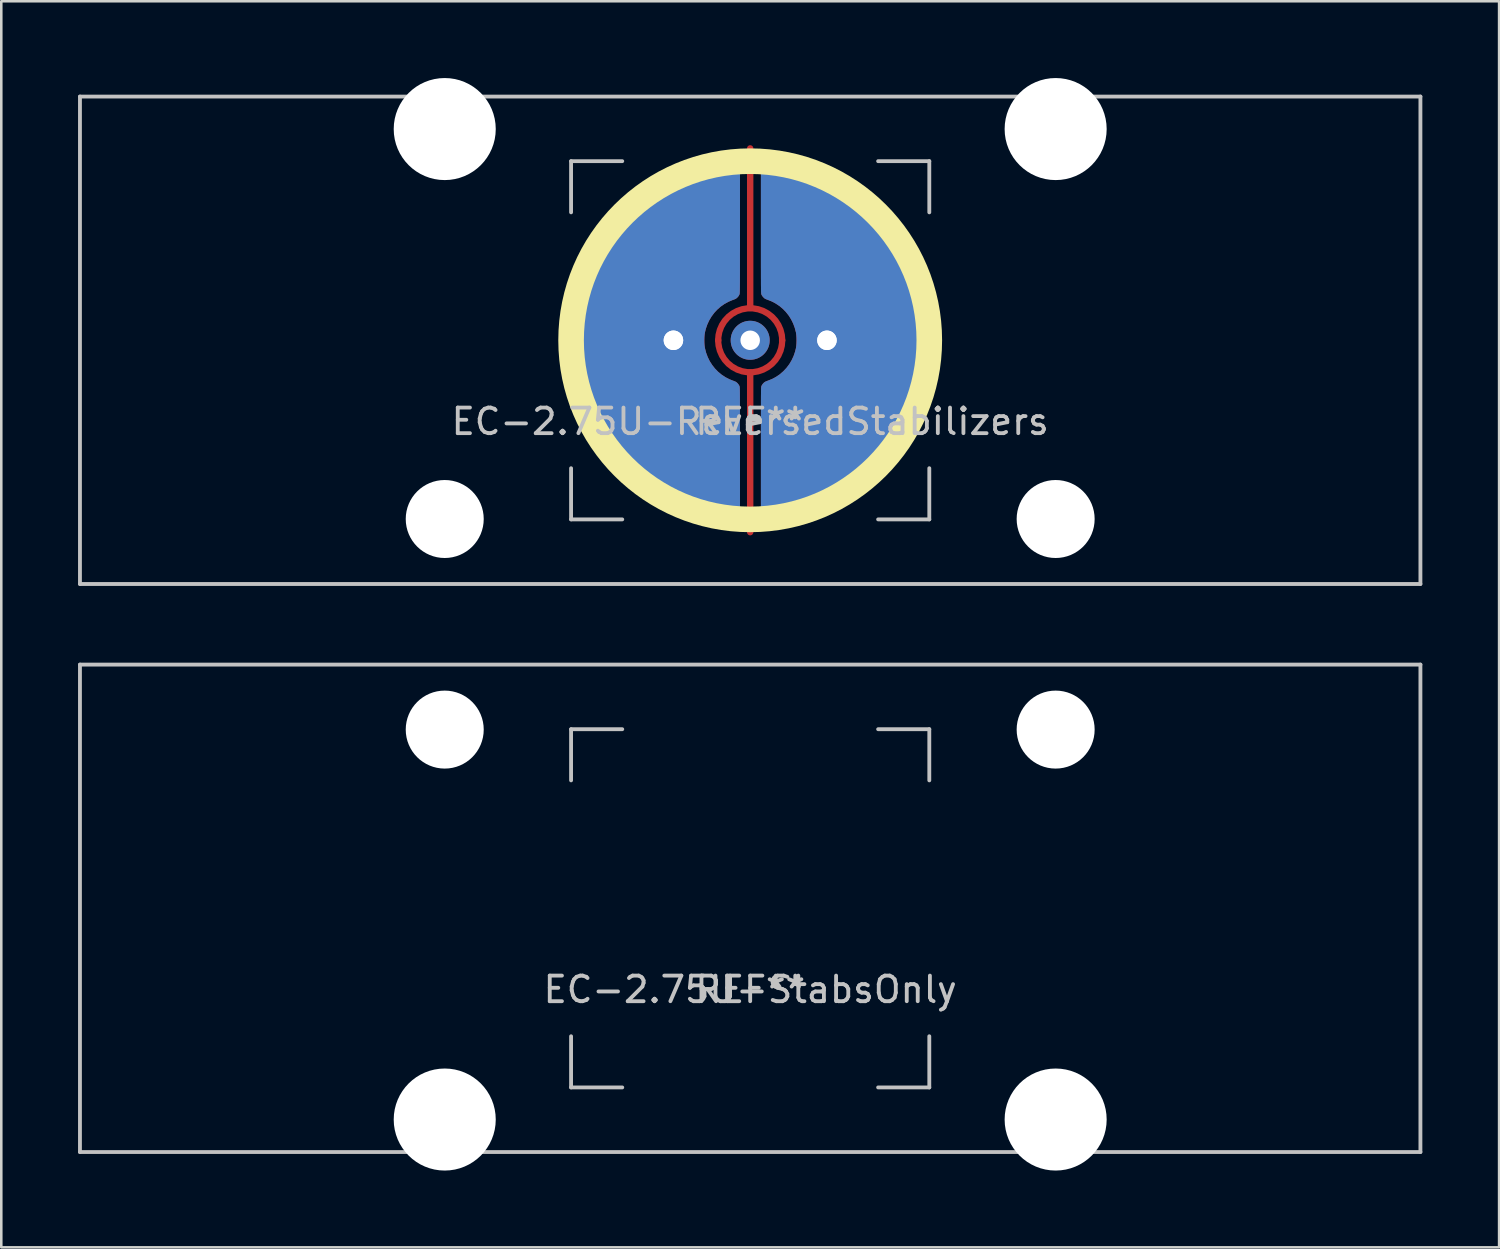
<source format=kicad_pcb>
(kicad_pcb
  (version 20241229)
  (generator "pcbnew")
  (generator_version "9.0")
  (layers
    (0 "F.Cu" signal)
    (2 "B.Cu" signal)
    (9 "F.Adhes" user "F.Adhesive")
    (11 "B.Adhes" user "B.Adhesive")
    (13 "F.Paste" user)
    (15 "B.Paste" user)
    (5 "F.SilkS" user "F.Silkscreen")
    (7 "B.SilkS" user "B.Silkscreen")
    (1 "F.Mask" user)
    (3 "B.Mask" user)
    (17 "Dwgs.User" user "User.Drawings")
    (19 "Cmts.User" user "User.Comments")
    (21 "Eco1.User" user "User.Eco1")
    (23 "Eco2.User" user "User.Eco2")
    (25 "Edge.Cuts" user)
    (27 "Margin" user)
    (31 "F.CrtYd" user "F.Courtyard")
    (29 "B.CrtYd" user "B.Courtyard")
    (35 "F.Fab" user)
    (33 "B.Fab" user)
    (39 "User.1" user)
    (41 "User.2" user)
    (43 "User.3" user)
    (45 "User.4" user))
  (footprint "EC-2.75U-StabsOnly"
    (layer "F.Cu")
    (at 26.269 32.449)
    (property "Reference" "EC-2.75U-StabsOnly" (at 0 3.175 0) (layer "Dwgs.User") (effects (font (size 1 1) (thickness 0.15))))
    (attr through_hole)
    (fp_line (start -26.194 -9.525) (end 26.194 -9.525) (stroke (width 0.15) (type solid)) (layer "Dwgs.User"))
    (fp_line (start -26.194 9.525) (end -26.194 -9.525) (stroke (width 0.15) (type solid)) (layer "Dwgs.User"))
    (fp_line (start -26.194 9.525) (end 26.194 9.525) (stroke (width 0.15) (type solid)) (layer "Dwgs.User"))
    (fp_line (start -7 -7) (end -7 -5) (stroke (width 0.15) (type solid)) (layer "Dwgs.User"))
    (fp_line (start -7 5) (end -7 7) (stroke (width 0.15) (type solid)) (layer "Dwgs.User"))
    (fp_line (start -7 7) (end -5 7) (stroke (width 0.15) (type solid)) (layer "Dwgs.User"))
    (fp_line (start -5 -7) (end -7 -7) (stroke (width 0.15) (type solid)) (layer "Dwgs.User"))
    (fp_line (start 5 -7) (end 7 -7) (stroke (width 0.15) (type solid)) (layer "Dwgs.User"))
    (fp_line (start 5 7) (end 7 7) (stroke (width 0.15) (type solid)) (layer "Dwgs.User"))
    (fp_line (start 7 -7) (end 7 -5) (stroke (width 0.15) (type solid)) (layer "Dwgs.User"))
    (fp_line (start 7 7) (end 7 5) (stroke (width 0.15) (type solid)) (layer "Dwgs.User"))
    (fp_line (start 26.194 -9.525) (end 26.194 9.525) (stroke (width 0.15) (type solid)) (layer "Dwgs.User"))
    (fp_text user "REF**" (at 0 3.175 0) (layer "Dwgs.User") (effects (font (size 1 1) (thickness 0.15))))
    (pad "" np_thru_hole circle (at -11.938 -6.985) (size 3.048 3.048) (drill 3.048) (layers "*.Cu" "*.Mask"))
    (pad "" np_thru_hole circle (at -11.938 8.255) (size 3.988 3.988) (drill 3.988) (layers "*.Cu" "*.Mask"))
    (pad "" np_thru_hole circle (at 11.938 -6.985) (size 3.048 3.048) (drill 3.048) (layers "*.Cu" "*.Mask"))
    (pad "" np_thru_hole circle (at 11.938 8.255) (size 3.988 3.988) (drill 3.988) (layers "*.Cu" "*.Mask")))
  (footprint "EC-2.75U-ReversedStabilizers"
    (layer "F.Cu")
    (at 26.269 10.249)
    (property "Reference" "EC-2.75U-ReversedStabilizers" (at 0 3.175 0) (layer "Dwgs.User") (effects (font (size 1 1) (thickness 0.15))))
    (attr through_hole)
    (fp_circle (center 0 0) (end 7 0) (stroke (width 1) (type solid)) (fill no) (layer "F.SilkS"))
    (fp_line (start -26.194 -9.525) (end 26.194 -9.525) (stroke (width 0.15) (type solid)) (layer "Dwgs.User"))
    (fp_line (start -26.194 9.525) (end -26.194 -9.525) (stroke (width 0.15) (type solid)) (layer "Dwgs.User"))
    (fp_line (start -26.194 9.525) (end 26.194 9.525) (stroke (width 0.15) (type solid)) (layer "Dwgs.User"))
    (fp_line (start -7 -7) (end -7 -5) (stroke (width 0.15) (type solid)) (layer "Dwgs.User"))
    (fp_line (start -7 5) (end -7 7) (stroke (width 0.15) (type solid)) (layer "Dwgs.User"))
    (fp_line (start -7 7) (end -5 7) (stroke (width 0.15) (type solid)) (layer "Dwgs.User"))
    (fp_line (start -5 -7) (end -7 -7) (stroke (width 0.15) (type solid)) (layer "Dwgs.User"))
    (fp_line (start 5 -7) (end 7 -7) (stroke (width 0.15) (type solid)) (layer "Dwgs.User"))
    (fp_line (start 5 7) (end 7 7) (stroke (width 0.15) (type solid)) (layer "Dwgs.User"))
    (fp_line (start 7 -7) (end 7 -5) (stroke (width 0.15) (type solid)) (layer "Dwgs.User"))
    (fp_line (start 7 7) (end 7 5) (stroke (width 0.15) (type solid)) (layer "Dwgs.User"))
    (fp_line (start 26.194 -9.525) (end 26.194 9.525) (stroke (width 0.15) (type solid)) (layer "Dwgs.User"))
    (fp_text user "REF**" (at 0 3.175 0) (layer "Dwgs.User") (effects (font (size 1 1) (thickness 0.15))))
    (pad "" np_thru_hole circle (at -11.938 -8.255) (size 3.988 3.988) (drill 3.988) (layers "*.Cu" "*.Mask"))
    (pad "" np_thru_hole circle (at -11.938 6.985) (size 3.048 3.048) (drill 3.048) (layers "*.Cu" "*.Mask"))
    (pad "" thru_hole circle (at 0 0) (size 1.524 1.524) (drill 0.762) (layers "*.Cu" "B.Mask"))
    (pad "" np_thru_hole circle (at 11.938 -8.255) (size 3.988 3.988) (drill 3.988) (layers "*.Cu" "*.Mask"))
    (pad "" np_thru_hole circle (at 11.938 6.985) (size 3.048 3.048) (drill 3.048) (layers "*.Cu" "*.Mask"))
    (pad "1" thru_hole circle (at 3 0) (size 1.524 1.524) (drill 0.762) (layers "*.Cu" "B.Mask"))
    (pad "1" thru_hole custom (at 3 0) (size 1.524 1.524) (drill 0.762) (layers "F.Cu") (options (anchor circle)) (primitives (gr_poly (pts (xy -2.241 -7.099) (xy -2.176 -7.096) (xy -2.094 -7.089) (xy -2 -7.079) (xy -1.895 -7.065) (xy -1.782 -7.048) (xy -1.666 -7.029) (xy -1.548 -7.008) (xy -1.432 -6.986) (xy -1.322 -6.963) (xy -1.28 -6.954) (xy -0.92 -6.863) (xy -0.564 -6.752) (xy -0.215 -6.623) (xy 0.128 -6.476) (xy 0.463 -6.311) (xy 0.789 -6.128) (xy 1.105 -5.929) (xy 1.411 -5.714) (xy 1.672 -5.51) (xy 1.875 -5.335) (xy 2.079 -5.146) (xy 2.279 -4.947) (xy 2.47 -4.741) (xy 2.649 -4.534) (xy 2.719 -4.449) (xy 2.944 -4.151) (xy 3.153 -3.842) (xy 3.345 -3.522) (xy 3.521 -3.193) (xy 3.679 -2.855) (xy 3.82 -2.51) (xy 3.942 -2.157) (xy 4.046 -1.8) (xy 4.13 -1.437) (xy 4.148 -1.346) (xy 4.21 -0.973) (xy 4.251 -0.599) (xy 4.273 -0.225) (xy 4.275 0.149) (xy 4.257 0.523) (xy 4.22 0.895) (xy 4.163 1.264) (xy 4.087 1.631) (xy 3.992 1.993) (xy 3.877 2.351) (xy 3.758 2.668) (xy 3.608 3.015) (xy 3.44 3.352) (xy 3.254 3.679) (xy 3.051 3.997) (xy 2.83 4.305) (xy 2.593 4.602) (xy 2.514 4.694) (xy 2.461 4.753) (xy 2.397 4.822) (xy 2.324 4.899) (xy 2.246 4.979) (xy 2.166 5.059) (xy 2.087 5.137) (xy 2.013 5.209) (xy 1.946 5.272) (xy 1.917 5.298) (xy 1.631 5.543) (xy 1.334 5.771) (xy 1.026 5.982) (xy 0.707 6.177) (xy 0.379 6.354) (xy 0.042 6.515) (xy -0.302 6.657) (xy -0.654 6.781) (xy -1.013 6.887) (xy -1.377 6.975) (xy -1.747 7.043) (xy -1.971 7.074) (xy -2.07 7.086) (xy -2.151 7.094) (xy -2.216 7.099) (xy -2.267 7.101) (xy -2.305 7.099) (xy -2.329 7.095) (xy -2.403 7.067) (xy -2.468 7.021) (xy -2.522 6.962) (xy -2.555 6.907) (xy -2.581 6.85) (xy -2.581 4.348) (xy -2.581 4.084) (xy -2.581 3.838) (xy -2.581 3.612) (xy -2.581 3.403) (xy -2.581 3.211) (xy -2.581 3.035) (xy -2.581 2.875) (xy -2.58 2.729) (xy -2.58 2.598) (xy -2.58 2.48) (xy -2.58 2.375) (xy -2.579 2.281) (xy -2.579 2.199) (xy -2.578 2.126) (xy -2.577 2.064) (xy -2.577 2.01) (xy -2.576 1.964) (xy -2.575 1.926) (xy -2.574 1.894) (xy -2.573 1.869) (xy -2.571 1.848) (xy -2.57 1.832) (xy -2.569 1.819) (xy -2.567 1.809) (xy -2.565 1.801) (xy -2.563 1.795) (xy -2.563 1.794) (xy -2.54 1.747) (xy -2.504 1.698) (xy -2.463 1.655) (xy -2.42 1.624) (xy -2.414 1.62) (xy -2.386 1.608) (xy -2.347 1.592) (xy -2.303 1.575) (xy -2.288 1.57) (xy -2.124 1.502) (xy -1.971 1.417) (xy -1.827 1.316) (xy -1.696 1.2) (xy -1.577 1.072) (xy -1.471 0.931) (xy -1.381 0.779) (xy -1.305 0.617) (xy -1.247 0.446) (xy -1.213 0.31) (xy -1.2 0.221) (xy -1.192 0.119) (xy -1.189 0.011) (xy -1.191 -0.098) (xy -1.198 -0.202) (xy -1.21 -0.293) (xy -1.213 -0.31) (xy -1.259 -0.486) (xy -1.321 -0.655) (xy -1.4 -0.815) (xy -1.494 -0.964) (xy -1.603 -1.102) (xy -1.725 -1.228) (xy -1.859 -1.34) (xy -2.005 -1.437) (xy -2.161 -1.519) (xy -2.288 -1.57) (xy -2.332 -1.586) (xy -2.374 -1.603) (xy -2.407 -1.617) (xy -2.414 -1.62) (xy -2.456 -1.649) (xy -2.498 -1.691) (xy -2.535 -1.739) (xy -2.56 -1.787) (xy -2.563 -1.794) (xy -2.565 -1.8) (xy -2.567 -1.808) (xy -2.568 -1.817) (xy -2.57 -1.829) (xy -2.571 -1.845) (xy -2.572 -1.865) (xy -2.574 -1.89) (xy -2.575 -1.921) (xy -2.576 -1.958) (xy -2.577 -2.002) (xy -2.577 -2.054) (xy -2.578 -2.116) (xy -2.579 -2.186) (xy -2.579 -2.267) (xy -2.579 -2.359) (xy -2.58 -2.462) (xy -2.58 -2.578) (xy -2.58 -2.707) (xy -2.581 -2.85) (xy -2.581 -3.008) (xy -2.581 -3.181) (xy -2.581 -3.37) (xy -2.581 -3.576) (xy -2.581 -3.8) (xy -2.581 -4.042) (xy -2.581 -4.304) (xy -2.581 -4.349) (xy -2.581 -6.851) (xy -2.548 -6.917) (xy -2.51 -6.98) (xy -2.463 -7.028) (xy -2.402 -7.067) (xy -2.386 -7.074) (xy -2.355 -7.088) (xy -2.327 -7.095) (xy -2.294 -7.099) (xy -2.249 -7.099) (xy -2.241 -7.099)) (width 0) (fill yes))))
    (pad "2" thru_hole circle (at -3 0) (size 1.524 1.524) (drill 0.762) (layers "*.Cu" "B.Mask"))
    (pad "2" thru_hole custom (at -3 0) (size 1.524 1.524) (drill 0.762) (layers "F.Cu") (options (anchor circle)) (primitives (gr_poly (pts (xy 2.26 7.099) (xy 2.195 7.096) (xy 2.114 7.089) (xy 2.019 7.079) (xy 1.914 7.065) (xy 1.802 7.048) (xy 1.685 7.029) (xy 1.568 7.008) (xy 1.452 6.986) (xy 1.341 6.963) (xy 1.3 6.954) (xy 0.939 6.863) (xy 0.584 6.752) (xy 0.234 6.623) (xy -0.109 6.476) (xy -0.444 6.311) (xy -0.77 6.128) (xy -1.086 5.929) (xy -1.392 5.714) (xy -1.653 5.51) (xy -1.856 5.335) (xy -2.06 5.146) (xy -2.259 4.947) (xy -2.451 4.741) (xy -2.63 4.534) (xy -2.7 4.449) (xy -2.924 4.151) (xy -3.133 3.842) (xy -3.326 3.522) (xy -3.501 3.193) (xy -3.66 2.855) (xy -3.8 2.51) (xy -3.923 2.157) (xy -4.026 1.8) (xy -4.111 1.437) (xy -4.129 1.346) (xy -4.19 0.973) (xy -4.231 0.599) (xy -4.253 0.225) (xy -4.255 -0.149) (xy -4.237 -0.523) (xy -4.2 -0.895) (xy -4.144 -1.264) (xy -4.068 -1.631) (xy -3.973 -1.993) (xy -3.858 -2.351) (xy -3.739 -2.668) (xy -3.588 -3.015) (xy -3.42 -3.352) (xy -3.234 -3.679) (xy -3.031 -3.997) (xy -2.811 -4.305) (xy -2.573 -4.602) (xy -2.495 -4.694) (xy -2.442 -4.753) (xy -2.378 -4.822) (xy -2.305 -4.899) (xy -2.227 -4.979) (xy -2.147 -5.059) (xy -2.068 -5.137) (xy -1.994 -5.209) (xy -1.927 -5.272) (xy -1.898 -5.298) (xy -1.612 -5.543) (xy -1.314 -5.771) (xy -1.006 -5.982) (xy -0.688 -6.177) (xy -0.36 -6.354) (xy -0.023 -6.515) (xy 0.322 -6.657) (xy 0.674 -6.781) (xy 1.032 -6.887) (xy 1.397 -6.975) (xy 1.766 -7.043) (xy 1.99 -7.074) (xy 2.089 -7.086) (xy 2.171 -7.094) (xy 2.236 -7.099) (xy 2.287 -7.101) (xy 2.324 -7.099) (xy 2.348 -7.095) (xy 2.422 -7.067) (xy 2.488 -7.021) (xy 2.542 -6.962) (xy 2.574 -6.907) (xy 2.601 -6.85) (xy 2.601 -4.348) (xy 2.601 -4.084) (xy 2.601 -3.838) (xy 2.601 -3.612) (xy 2.6 -3.403) (xy 2.6 -3.211) (xy 2.6 -3.035) (xy 2.6 -2.875) (xy 2.6 -2.729) (xy 2.6 -2.598) (xy 2.599 -2.48) (xy 2.599 -2.375) (xy 2.599 -2.281) (xy 2.598 -2.199) (xy 2.597 -2.126) (xy 2.597 -2.064) (xy 2.596 -2.01) (xy 2.595 -1.964) (xy 2.594 -1.926) (xy 2.593 -1.894) (xy 2.592 -1.869) (xy 2.591 -1.848) (xy 2.589 -1.832) (xy 2.588 -1.819) (xy 2.586 -1.809) (xy 2.585 -1.801) (xy 2.583 -1.795) (xy 2.582 -1.794) (xy 2.559 -1.747) (xy 2.524 -1.698) (xy 2.482 -1.655) (xy 2.44 -1.624) (xy 2.434 -1.62) (xy 2.406 -1.608) (xy 2.366 -1.592) (xy 2.322 -1.575) (xy 2.307 -1.57) (xy 2.144 -1.502) (xy 1.99 -1.417) (xy 1.847 -1.316) (xy 1.715 -1.2) (xy 1.596 -1.072) (xy 1.491 -0.931) (xy 1.4 -0.779) (xy 1.325 -0.617) (xy 1.266 -0.446) (xy 1.233 -0.31) (xy 1.219 -0.221) (xy 1.211 -0.119) (xy 1.208 -0.011) (xy 1.21 0.098) (xy 1.217 0.202) (xy 1.23 0.293) (xy 1.233 0.31) (xy 1.278 0.486) (xy 1.341 0.655) (xy 1.419 0.815) (xy 1.514 0.964) (xy 1.622 1.102) (xy 1.744 1.228) (xy 1.879 1.34) (xy 2.024 1.437) (xy 2.181 1.519) (xy 2.307 1.57) (xy 2.352 1.586) (xy 2.394 1.603) (xy 2.426 1.617) (xy 2.434 1.62) (xy 2.476 1.649) (xy 2.518 1.691) (xy 2.554 1.739) (xy 2.58 1.787) (xy 2.582 1.794) (xy 2.584 1.8) (xy 2.586 1.808) (xy 2.588 1.817) (xy 2.589 1.829) (xy 2.591 1.845) (xy 2.592 1.865) (xy 2.593 1.89) (xy 2.594 1.921) (xy 2.595 1.958) (xy 2.596 2.002) (xy 2.597 2.054) (xy 2.597 2.116) (xy 2.598 2.186) (xy 2.598 2.267) (xy 2.599 2.359) (xy 2.599 2.462) (xy 2.6 2.578) (xy 2.6 2.707) (xy 2.6 2.85) (xy 2.6 3.008) (xy 2.6 3.181) (xy 2.6 3.37) (xy 2.601 3.576) (xy 2.601 3.8) (xy 2.601 4.042) (xy 2.601 4.304) (xy 2.601 4.349) (xy 2.601 6.851) (xy 2.568 6.917) (xy 2.53 6.98) (xy 2.483 7.028) (xy 2.422 7.067) (xy 2.406 7.074) (xy 2.375 7.088) (xy 2.346 7.095) (xy 2.313 7.099) (xy 2.268 7.099) (xy 2.26 7.099)) (width 0) (fill yes))))
    (pad "3" smd custom (at 0 -7.5) (size 0.25 0.25) (layers "F.Cu") (options (anchor circle)) (primitives (gr_line (start 0 6.25) (end 0 0) (width 0.25)) (gr_arc (start -1.25 7.5) (mid 0 6.25) (end 1.25 7.5) (width 0.25))))
    (pad "3" smd custom (at 0 7.5 180) (size 0.25 0.25) (layers "F.Cu") (options (anchor circle)) (primitives (gr_line (start 0 6.25) (end 0 0) (width 0.25)) (gr_arc (start -1.25 7.5) (mid 0 6.25) (end 1.25 7.5) (width 0.25)))))
  (gr_rect
    (start -3 -3)
    (end 55.538 45.698)
    (stroke (width 0.1) (type default))
    (fill no)
    (layer "Edge.Cuts")))
</source>
